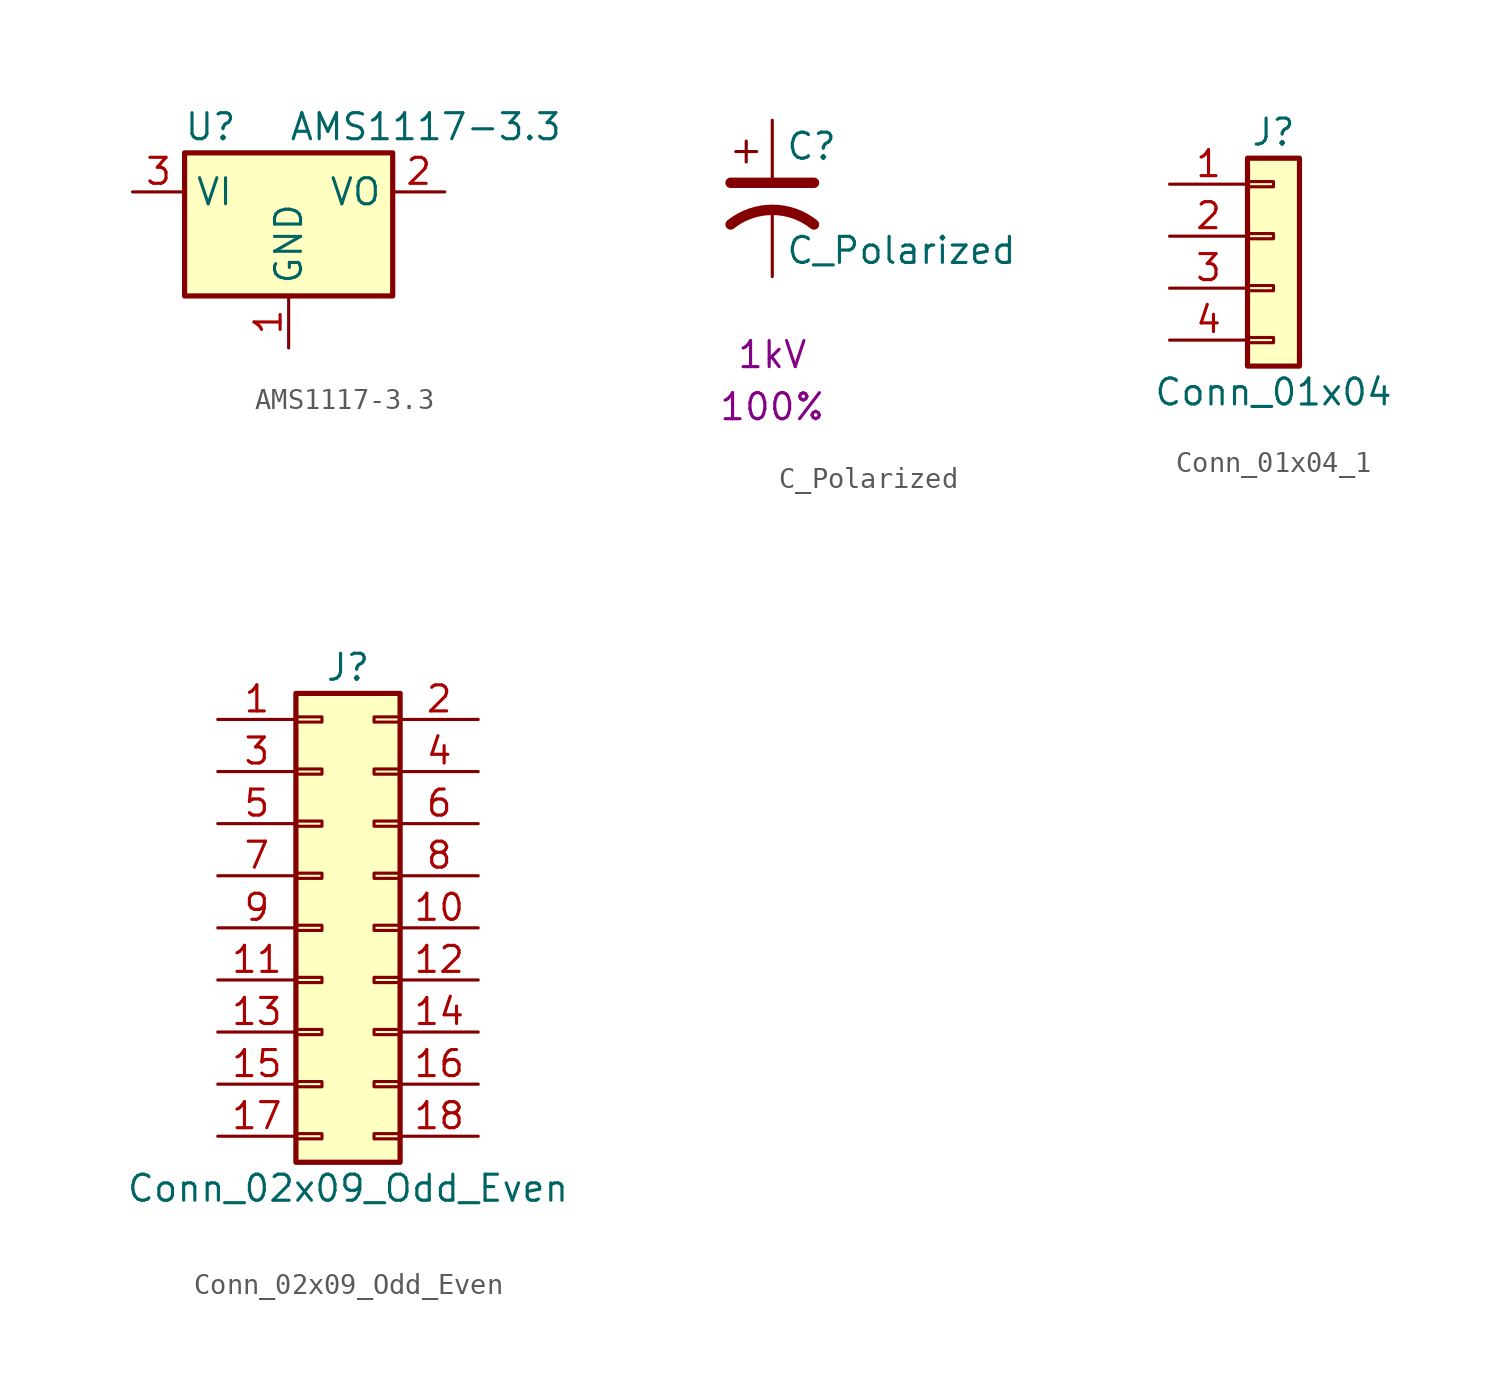
<source format=kicad_sym>
(kicad_symbol_lib
  (version 20241209)
  (generator "kicad_symbol_editor")
  (generator_version "9.0")
  (symbol "AMS1117-3.3"
    (property "Reference" "U"
      (at -3.81 3.175 0)
      (effects (font (size 1.27 1.27))))
    (property "Value" "AMS1117-3.3"
      (at 0 3.175 0)
      (effects (font (size 1.27 1.27)) (justify left)))
    (symbol "AMS1117-3.3_0_1"
      (rectangle (start -5.08 -5.08) (end 5.08 1.905) (stroke (width 0.254) (type default)) (fill (type background))))
    (symbol "AMS1117-3.3_1_1"
      (pin power_in line (at -7.62 0 0) (length 2.54) (name "VI" (effects (font (size 1.27 1.27)))) (number "3" (effects (font (size 1.27 1.27)))))
      (pin power_in line (at 0 -7.62 90) (length 2.54) (name "GND" (effects (font (size 1.27 1.27)))) (number "1" (effects (font (size 1.27 1.27)))))
      (pin power_out line (at 7.62 0 180) (length 2.54) (name "VO" (effects (font (size 1.27 1.27)))) (number "2" (effects (font (size 1.27 1.27)))))))
  (symbol "C_Polarized"
    (pin_numbers
      (hide yes))
    (pin_names
      (offset 0.254)
      (hide yes))
    (property "Reference" "C"
      (at 0.635 2.54 0)
      (effects (font (size 1.27 1.27)) (justify left)))
    (property "Value" "C_Polarized"
      (at 0.635 -2.54 0)
      (effects (font (size 1.27 1.27)) (justify left)))
    (property "Tolerance" "100%"
      (at 0 -10.16 0)
      (effects (font (size 1.27 1.27))))
    (property "Voltage" "1kV"
      (at 0 -7.62 0)
      (effects (font (size 1.27 1.27))))
    (symbol "C_Polarized_0_1"
      (polyline (pts (xy -2.032 0.762) (xy 2.032 0.762)) (stroke (width 0.508) (type default)) (fill (type none)))
      (polyline (pts (xy -1.778 2.286) (xy -0.762 2.286)) (stroke (width 0) (type default)) (fill (type none)))
      (polyline (pts (xy -1.27 1.778) (xy -1.27 2.794)) (stroke (width 0) (type default)) (fill (type none)))
      (arc (start -2.032 -1.27) (mid 0 -0.5572) (end 2.032 -1.27) (stroke (width 0.508) (type default)) (fill (type none))))
    (symbol "C_Polarized_1_1"
      (pin passive line (at 0 3.81 270) (length 2.794) (name "~" (effects (font (size 1.27 1.27)))) (number "1" (effects (font (size 1.27 1.27)))))
      (pin passive line (at 0 -3.81 90) (length 3.302) (name "~" (effects (font (size 1.27 1.27)))) (number "2" (effects (font (size 1.27 1.27)))))))
  (symbol "Conn_01x04_1"
    (pin_names
      (offset 1.016)
      (hide yes))
    (property "Reference" "J"
      (at 0 5.08 0)
      (effects (font (size 1.27 1.27))))
    (property "Value" "Conn_01x04"
      (at 0 -7.62 0)
      (effects (font (size 1.27 1.27))))
    (symbol "Conn_01x04_1_1_1"
      (rectangle (start -1.27 3.81) (end 1.27 -6.35) (stroke (width 0.254) (type default)) (fill (type background)))
      (rectangle (start -1.27 2.667) (end 0 2.413) (stroke (width 0.152) (type default)) (fill (type none)))
      (rectangle (start -1.27 0.127) (end 0 -0.127) (stroke (width 0.152) (type default)) (fill (type none)))
      (rectangle (start -1.27 -2.413) (end 0 -2.667) (stroke (width 0.152) (type default)) (fill (type none)))
      (rectangle (start -1.27 -4.953) (end 0 -5.207) (stroke (width 0.152) (type default)) (fill (type none)))
      (pin passive line (at -5.08 2.54 0) (length 3.81) (name "Pin_1" (effects (font (size 1.27 1.27)))) (number "1" (effects (font (size 1.27 1.27)))))
      (pin passive line (at -5.08 0 0) (length 3.81) (name "Pin_2" (effects (font (size 1.27 1.27)))) (number "2" (effects (font (size 1.27 1.27)))))
      (pin passive line (at -5.08 -2.54 0) (length 3.81) (name "Pin_3" (effects (font (size 1.27 1.27)))) (number "3" (effects (font (size 1.27 1.27)))))
      (pin passive line (at -5.08 -5.08 0) (length 3.81) (name "Pin_4" (effects (font (size 1.27 1.27)))) (number "4" (effects (font (size 1.27 1.27)))))))
  (symbol "Conn_02x09_Odd_Even"
    (pin_names
      (offset 1.016)
      (hide yes))
    (property "Reference" "J"
      (at 1.27 12.7 0)
      (effects (font (size 1.27 1.27))))
    (property "Value" "Conn_02x09_Odd_Even"
      (at 1.27 -12.7 0)
      (effects (font (size 1.27 1.27))))
    (symbol "Conn_02x09_Odd_Even_1_1"
      (rectangle (start -1.27 11.43) (end 3.81 -11.43) (stroke (width 0.254) (type default)) (fill (type background)))
      (rectangle (start -1.27 10.287) (end 0 10.033) (stroke (width 0.152) (type default)) (fill (type none)))
      (rectangle (start -1.27 7.747) (end 0 7.493) (stroke (width 0.152) (type default)) (fill (type none)))
      (rectangle (start -1.27 5.207) (end 0 4.953) (stroke (width 0.152) (type default)) (fill (type none)))
      (rectangle (start -1.27 2.667) (end 0 2.413) (stroke (width 0.152) (type default)) (fill (type none)))
      (rectangle (start -1.27 0.127) (end 0 -0.127) (stroke (width 0.152) (type default)) (fill (type none)))
      (rectangle (start -1.27 -2.413) (end 0 -2.667) (stroke (width 0.152) (type default)) (fill (type none)))
      (rectangle (start -1.27 -4.953) (end 0 -5.207) (stroke (width 0.152) (type default)) (fill (type none)))
      (rectangle (start -1.27 -7.493) (end 0 -7.747) (stroke (width 0.152) (type default)) (fill (type none)))
      (rectangle (start -1.27 -10.033) (end 0 -10.287) (stroke (width 0.152) (type default)) (fill (type none)))
      (rectangle (start 3.81 10.287) (end 2.54 10.033) (stroke (width 0.152) (type default)) (fill (type none)))
      (rectangle (start 3.81 7.747) (end 2.54 7.493) (stroke (width 0.152) (type default)) (fill (type none)))
      (rectangle (start 3.81 5.207) (end 2.54 4.953) (stroke (width 0.152) (type default)) (fill (type none)))
      (rectangle (start 3.81 2.667) (end 2.54 2.413) (stroke (width 0.152) (type default)) (fill (type none)))
      (rectangle (start 3.81 0.127) (end 2.54 -0.127) (stroke (width 0.152) (type default)) (fill (type none)))
      (rectangle (start 3.81 -2.413) (end 2.54 -2.667) (stroke (width 0.152) (type default)) (fill (type none)))
      (rectangle (start 3.81 -4.953) (end 2.54 -5.207) (stroke (width 0.152) (type default)) (fill (type none)))
      (rectangle (start 3.81 -7.493) (end 2.54 -7.747) (stroke (width 0.152) (type default)) (fill (type none)))
      (rectangle (start 3.81 -10.033) (end 2.54 -10.287) (stroke (width 0.152) (type default)) (fill (type none)))
      (pin passive line (at -5.08 10.16 0) (length 3.81) (name "Pin_1" (effects (font (size 1.27 1.27)))) (number "1" (effects (font (size 1.27 1.27)))))
      (pin passive line (at -5.08 7.62 0) (length 3.81) (name "Pin_3" (effects (font (size 1.27 1.27)))) (number "3" (effects (font (size 1.27 1.27)))))
      (pin passive line (at -5.08 5.08 0) (length 3.81) (name "Pin_5" (effects (font (size 1.27 1.27)))) (number "5" (effects (font (size 1.27 1.27)))))
      (pin passive line (at -5.08 2.54 0) (length 3.81) (name "Pin_7" (effects (font (size 1.27 1.27)))) (number "7" (effects (font (size 1.27 1.27)))))
      (pin passive line (at -5.08 0 0) (length 3.81) (name "Pin_9" (effects (font (size 1.27 1.27)))) (number "9" (effects (font (size 1.27 1.27)))))
      (pin passive line (at -5.08 -2.54 0) (length 3.81) (name "Pin_11" (effects (font (size 1.27 1.27)))) (number "11" (effects (font (size 1.27 1.27)))))
      (pin passive line (at -5.08 -5.08 0) (length 3.81) (name "Pin_13" (effects (font (size 1.27 1.27)))) (number "13" (effects (font (size 1.27 1.27)))))
      (pin passive line (at -5.08 -7.62 0) (length 3.81) (name "Pin_15" (effects (font (size 1.27 1.27)))) (number "15" (effects (font (size 1.27 1.27)))))
      (pin passive line (at -5.08 -10.16 0) (length 3.81) (name "Pin_17" (effects (font (size 1.27 1.27)))) (number "17" (effects (font (size 1.27 1.27)))))
      (pin passive line (at 7.62 10.16 180) (length 3.81) (name "Pin_2" (effects (font (size 1.27 1.27)))) (number "2" (effects (font (size 1.27 1.27)))))
      (pin passive line (at 7.62 7.62 180) (length 3.81) (name "Pin_4" (effects (font (size 1.27 1.27)))) (number "4" (effects (font (size 1.27 1.27)))))
      (pin passive line (at 7.62 5.08 180) (length 3.81) (name "Pin_6" (effects (font (size 1.27 1.27)))) (number "6" (effects (font (size 1.27 1.27)))))
      (pin passive line (at 7.62 2.54 180) (length 3.81) (name "Pin_8" (effects (font (size 1.27 1.27)))) (number "8" (effects (font (size 1.27 1.27)))))
      (pin passive line (at 7.62 0 180) (length 3.81) (name "Pin_10" (effects (font (size 1.27 1.27)))) (number "10" (effects (font (size 1.27 1.27)))))
      (pin passive line (at 7.62 -2.54 180) (length 3.81) (name "Pin_12" (effects (font (size 1.27 1.27)))) (number "12" (effects (font (size 1.27 1.27)))))
      (pin passive line (at 7.62 -5.08 180) (length 3.81) (name "Pin_14" (effects (font (size 1.27 1.27)))) (number "14" (effects (font (size 1.27 1.27)))))
      (pin passive line (at 7.62 -7.62 180) (length 3.81) (name "Pin_16" (effects (font (size 1.27 1.27)))) (number "16" (effects (font (size 1.27 1.27)))))
      (pin passive line (at 7.62 -10.16 180) (length 3.81) (name "Pin_18" (effects (font (size 1.27 1.27)))) (number "18" (effects (font (size 1.27 1.27))))))))
</source>
